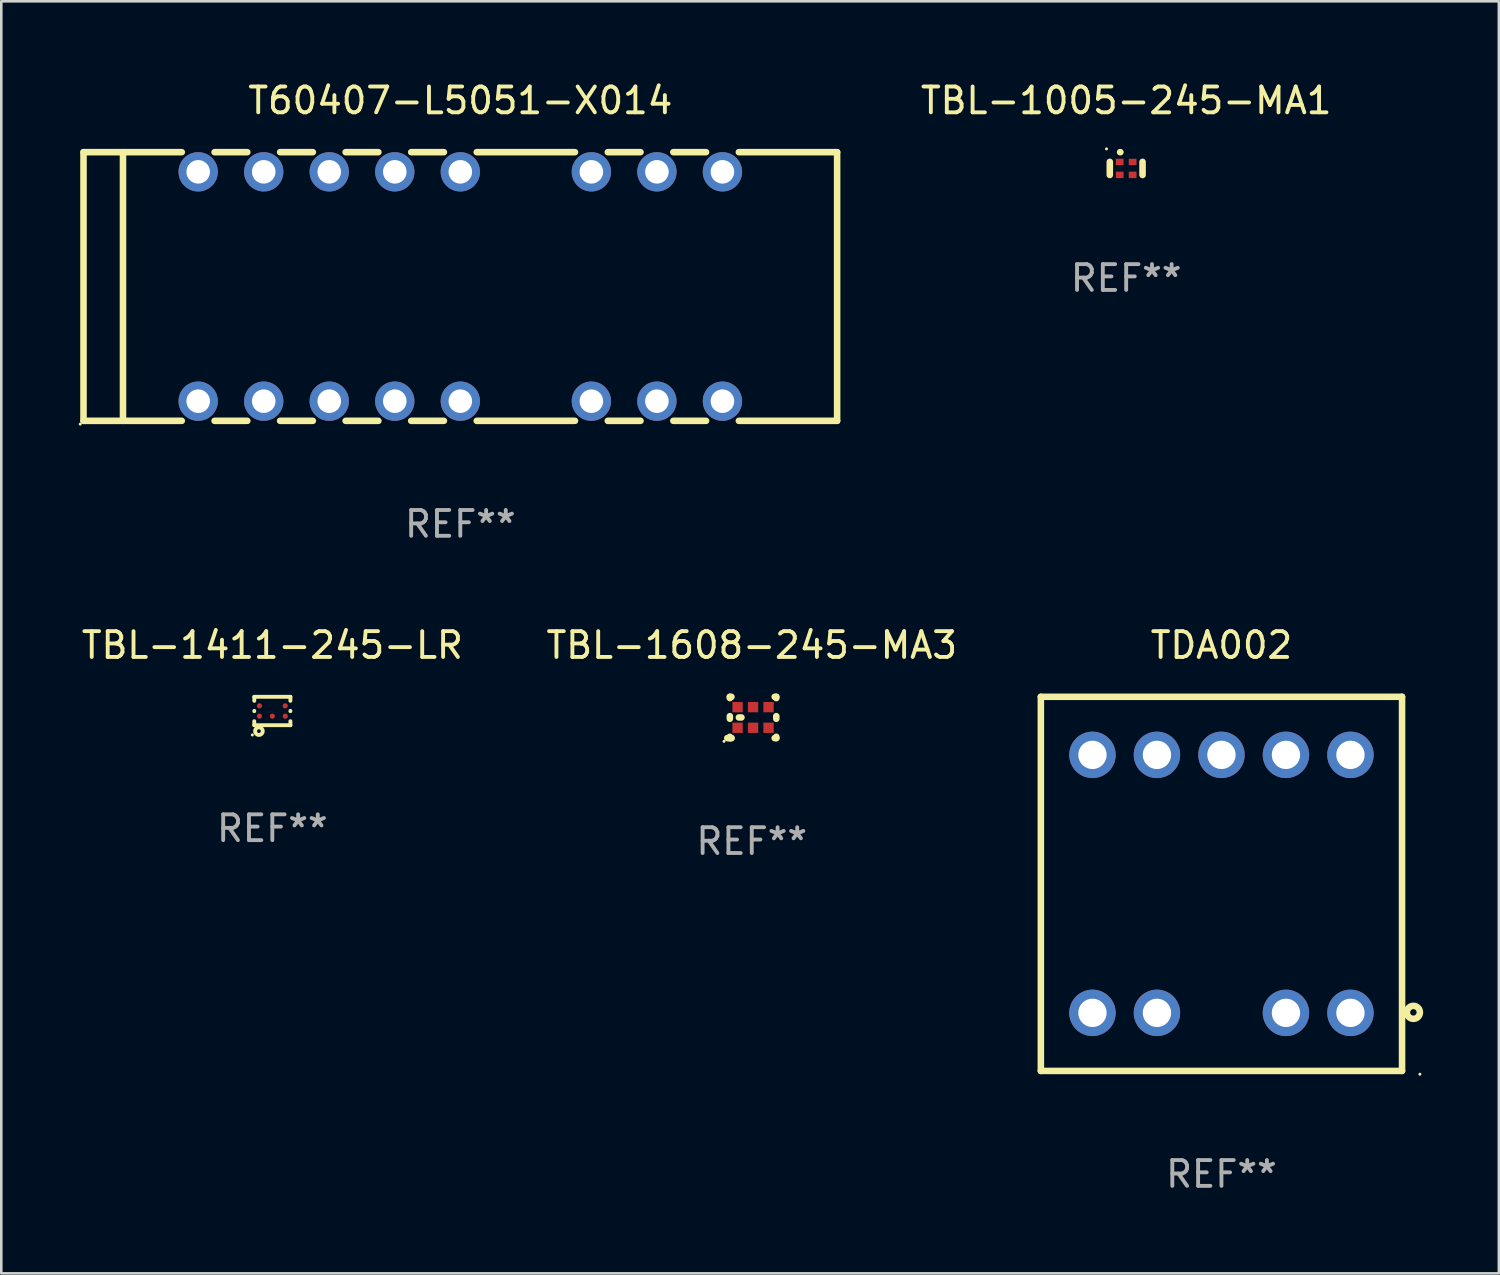
<source format=kicad_pcb>
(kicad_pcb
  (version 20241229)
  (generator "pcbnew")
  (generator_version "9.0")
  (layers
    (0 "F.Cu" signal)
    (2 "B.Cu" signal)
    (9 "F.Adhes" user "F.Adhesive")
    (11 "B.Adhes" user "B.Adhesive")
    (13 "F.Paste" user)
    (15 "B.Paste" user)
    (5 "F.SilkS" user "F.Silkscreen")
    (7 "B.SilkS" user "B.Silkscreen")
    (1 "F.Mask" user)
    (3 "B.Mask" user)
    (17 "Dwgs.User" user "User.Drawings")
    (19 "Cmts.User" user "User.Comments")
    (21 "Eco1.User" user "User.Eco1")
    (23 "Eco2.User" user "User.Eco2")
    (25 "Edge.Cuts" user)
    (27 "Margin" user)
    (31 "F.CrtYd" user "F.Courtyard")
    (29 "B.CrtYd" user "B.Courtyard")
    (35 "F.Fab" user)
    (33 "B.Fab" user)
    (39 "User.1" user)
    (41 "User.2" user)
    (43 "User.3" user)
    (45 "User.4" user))
  (footprint "TBL-1608-245-MA3"
    (layer "F.Cu")
    (at 26.089 24.759)
    (property "Reference" "TBL-1608-245-MA3" (at 0 -2.8 0) (layer "F.SilkS") (effects (font (size 1 1) (thickness 0.15))))
    (attr through_hole)
    (fp_line (start -0.85 -0.8) (end -0.788 -0.8) (stroke (width 0.254) (type solid)) (layer "F.SilkS"))
    (fp_line (start -0.85 -0.75) (end -0.85 -0.8) (stroke (width 0.254) (type solid)) (layer "F.SilkS"))
    (fp_line (start -0.85 -0.05) (end -0.85 0.05) (stroke (width 0.254) (type solid)) (layer "F.SilkS"))
    (fp_line (start -0.85 0.75) (end -0.85 0.8) (stroke (width 0.254) (type solid)) (layer "F.SilkS"))
    (fp_line (start -0.85 0.8) (end -0.788 0.8) (stroke (width 0.254) (type solid)) (layer "F.SilkS"))
    (fp_line (start -0.788 0.8) (end -0.95 0.8) (stroke (width 0.254) (type solid)) (layer "F.SilkS"))
    (fp_line (start -0.5 -0.000025) (end -0.4 -0.000025) (stroke (width 0.254) (type solid)) (layer "F.SilkS"))
    (fp_line (start 0.888 -0.8) (end 0.95 -0.8) (stroke (width 0.254) (type solid)) (layer "F.SilkS"))
    (fp_line (start 0.95 -0.8) (end 0.95 -0.75) (stroke (width 0.254) (type solid)) (layer "F.SilkS"))
    (fp_line (start 0.95 -0.05) (end 0.95 0.05) (stroke (width 0.254) (type solid)) (layer "F.SilkS"))
    (fp_line (start 0.95 0.75) (end 0.95 0.8) (stroke (width 0.254) (type solid)) (layer "F.SilkS"))
    (fp_line (start 0.95 0.8) (end 0.888 0.8) (stroke (width 0.254) (type solid)) (layer "F.SilkS"))
    (fp_circle (center -1.077 0.927) (end -1.047 0.927) (stroke (width 0.06) (type solid)) (fill no) (layer "F.SilkS"))
    (fp_text user "REF**" (at 0 4.8 0) (layer "F.Fab") (effects (font (size 1 1) (thickness 0.15))))
    (pad "1" smd rect (at -0.55 0.4 180) (size 0.4 0.4) (layers "F.Cu" "F.Mask" "F.Paste"))
    (pad "2" smd rect (at 0.05 0.4) (size 0.4 0.4) (layers "F.Cu" "F.Mask" "F.Paste"))
    (pad "3" smd rect (at 0.65 0.4) (size 0.4 0.4) (layers "F.Cu" "F.Mask" "F.Paste"))
    (pad "4" smd rect (at 0.65 -0.4) (size 0.4 0.4) (layers "F.Cu" "F.Mask" "F.Paste"))
    (pad "5" smd rect (at 0.05 -0.4) (size 0.4 0.4) (layers "F.Cu" "F.Mask" "F.Paste"))
    (pad "6" smd rect (at -0.55 -0.4) (size 0.4 0.4) (layers "F.Cu" "F.Mask" "F.Paste")))
  (footprint "TBL-1005-245-MA1"
    (layer "F.Cu")
    (at 40.601 3.29)
    (property "Reference" "TBL-1005-245-MA1" (at 0 -2.442 0) (layer "F.SilkS") (effects (font (size 1 1) (thickness 0.15))))
    (attr through_hole)
    (fp_line (start -0.635 -0.066) (end -0.635 0.442) (stroke (width 0.254) (type solid)) (layer "F.SilkS"))
    (fp_line (start -0.225 -0.442) (end -0.235 -0.442) (stroke (width 0.254) (type solid)) (layer "F.SilkS"))
    (fp_line (start 0.635 -0.066) (end 0.635 0.442) (stroke (width 0.254) (type solid)) (layer "F.SilkS"))
    (fp_circle (center -0.762 -0.569) (end -0.732 -0.569) (stroke (width 0.06) (type solid)) (fill no) (layer "F.SilkS"))
    (fp_text user "REF**" (at 0 4.442 0) (layer "F.Fab") (effects (font (size 1 1) (thickness 0.15))))
    (pad "1" smd rect (at -0.25 -0.062 90) (size 0.25 0.3) (layers "F.Cu" "F.Mask" "F.Paste"))
    (pad "2" smd rect (at 0.25 -0.062 90) (size 0.25 0.3) (layers "F.Cu" "F.Mask" "F.Paste"))
    (pad "3" smd rect (at 0.25 0.438 90) (size 0.25 0.3) (layers "F.Cu" "F.Mask" "F.Paste"))
    (pad "4" smd rect (at -0.25 0.438 90) (size 0.25 0.3) (layers "F.Cu" "F.Mask" "F.Paste")))
  (footprint "TBL-1411-245-LR"
    (layer "F.Cu")
    (at 7.506 24.509)
    (property "Reference" "TBL-1411-245-LR" (at 0 -2.55 0) (layer "F.SilkS") (effects (font (size 1 1) (thickness 0.15))))
    (attr through_hole)
    (fp_line (start -0.7 -0.55) (end 0.7 -0.55) (stroke (width 0.15) (type solid)) (layer "F.SilkS"))
    (fp_line (start -0.7 -0.394) (end -0.7 -0.55) (stroke (width 0.15) (type solid)) (layer "F.SilkS"))
    (fp_line (start -0.7 0.006) (end -0.7 -0.006) (stroke (width 0.15) (type solid)) (layer "F.SilkS"))
    (fp_line (start -0.7 0.55) (end -0.7 0.394) (stroke (width 0.15) (type solid)) (layer "F.SilkS"))
    (fp_line (start -0.7 0.55) (end 0.7 0.55) (stroke (width 0.15) (type solid)) (layer "F.SilkS"))
    (fp_line (start 0.7 -0.55) (end 0.7 -0.394) (stroke (width 0.15) (type solid)) (layer "F.SilkS"))
    (fp_line (start 0.7 -0.006) (end 0.7 0.006) (stroke (width 0.15) (type solid)) (layer "F.SilkS"))
    (fp_line (start 0.7 0.394) (end 0.7 0.55) (stroke (width 0.15) (type solid)) (layer "F.SilkS"))
    (fp_circle (center -0.775 0.928) (end -0.745 0.928) (stroke (width 0.06) (type solid)) (fill no) (layer "F.SilkS"))
    (fp_circle (center -0.52 0.78) (end -0.447 0.78) (stroke (width 0.15) (type solid)) (fill no) (layer "F.SilkS"))
    (fp_text user "REF**" (at 0 4.55 0) (layer "F.Fab") (effects (font (size 1 1) (thickness 0.15))))
    (pad "1" smd circle (at -0.5 0.2) (size 0.2 0.2) (layers "F.Cu" "F.Mask" "F.Paste"))
    (pad "2" smd circle (at 0 0.2) (size 0.2 0.2) (layers "F.Cu" "F.Mask" "F.Paste"))
    (pad "3" smd circle (at 0.5 0.2) (size 0.2 0.2) (layers "F.Cu" "F.Mask" "F.Paste"))
    (pad "4" smd circle (at 0.5 -0.2) (size 0.2 0.2) (layers "F.Cu" "F.Mask" "F.Paste"))
    (pad "5" smd circle (at -0.5 -0.2) (size 0.2 0.2) (layers "F.Cu" "F.Mask" "F.Paste")))
  (footprint "T60407-L5051-X014"
    (layer "F.Cu")
    (at 14.792 8.055)
    (property "Reference" "T60407-L5051-X014" (at 0 -7.207 0) (layer "F.SilkS") (effects (font (size 1 1) (thickness 0.15))))
    (attr through_hole)
    (fp_line (start -14.605 -5.207) (end -14.605 5.207) (stroke (width 0.254) (type solid)) (layer "F.SilkS"))
    (fp_line (start -14.605 5.207) (end -10.796 5.207) (stroke (width 0.254) (type solid)) (layer "F.SilkS"))
    (fp_line (start -13.075 -5.207) (end -13.075 5.207) (stroke (width 0.254) (type solid)) (layer "F.SilkS"))
    (fp_line (start -10.796 -5.207) (end -14.605 -5.207) (stroke (width 0.254) (type solid)) (layer "F.SilkS"))
    (fp_line (start -9.525 5.207) (end -8.256 5.207) (stroke (width 0.254) (type solid)) (layer "F.SilkS"))
    (fp_line (start -8.256 -5.207) (end -9.525 -5.207) (stroke (width 0.254) (type solid)) (layer "F.SilkS"))
    (fp_line (start -6.985 5.207) (end -5.716 5.207) (stroke (width 0.254) (type solid)) (layer "F.SilkS"))
    (fp_line (start -5.716 -5.207) (end -6.985 -5.207) (stroke (width 0.254) (type solid)) (layer "F.SilkS"))
    (fp_line (start -4.445 5.207) (end -3.176 5.207) (stroke (width 0.254) (type solid)) (layer "F.SilkS"))
    (fp_line (start -3.176 -5.207) (end -4.445 -5.207) (stroke (width 0.254) (type solid)) (layer "F.SilkS"))
    (fp_line (start -1.904 5.207) (end -0.636 5.207) (stroke (width 0.254) (type solid)) (layer "F.SilkS"))
    (fp_line (start -0.636 -5.207) (end -1.904 -5.207) (stroke (width 0.254) (type solid)) (layer "F.SilkS"))
    (fp_line (start 0.636 5.207) (end 4.445 5.207) (stroke (width 0.254) (type solid)) (layer "F.SilkS"))
    (fp_line (start 4.445 -5.207) (end 0.636 -5.207) (stroke (width 0.254) (type solid)) (layer "F.SilkS"))
    (fp_line (start 5.716 5.207) (end 6.985 5.207) (stroke (width 0.254) (type solid)) (layer "F.SilkS"))
    (fp_line (start 6.985 -5.207) (end 5.716 -5.207) (stroke (width 0.254) (type solid)) (layer "F.SilkS"))
    (fp_line (start 8.256 5.207) (end 9.525 5.207) (stroke (width 0.254) (type solid)) (layer "F.SilkS"))
    (fp_line (start 9.525 -5.207) (end 8.256 -5.207) (stroke (width 0.254) (type solid)) (layer "F.SilkS"))
    (fp_line (start 10.796 5.207) (end 14.605 5.207) (stroke (width 0.254) (type solid)) (layer "F.SilkS"))
    (fp_line (start 14.605 -5.207) (end 10.796 -5.207) (stroke (width 0.254) (type solid)) (layer "F.SilkS"))
    (fp_line (start 14.605 5.207) (end 14.605 -5.207) (stroke (width 0.254) (type solid)) (layer "F.SilkS"))
    (fp_circle (center -14.732 5.334) (end -14.702 5.334) (stroke (width 0.06) (type solid)) (fill no) (layer "F.SilkS"))
    (fp_text user "REF**" (at 0 9.207 0) (layer "F.Fab") (effects (font (size 1 1) (thickness 0.15))))
    (pad "1" thru_hole circle (at -10.16 4.445) (size 1.524 1.524) (drill 0.914) (layers "*.Cu" "*.Mask"))
    (pad "2" thru_hole circle (at -7.62 4.445) (size 1.524 1.524) (drill 0.914) (layers "*.Cu" "*.Mask"))
    (pad "3" thru_hole circle (at -5.08 4.445) (size 1.524 1.524) (drill 0.914) (layers "*.Cu" "*.Mask"))
    (pad "4" thru_hole circle (at -2.54 4.445) (size 1.524 1.524) (drill 0.914) (layers "*.Cu" "*.Mask"))
    (pad "5" thru_hole circle (at 0 4.445) (size 1.524 1.524) (drill 0.914) (layers "*.Cu" "*.Mask"))
    (pad "7" thru_hole circle (at 5.08 4.445) (size 1.524 1.524) (drill 0.914) (layers "*.Cu" "*.Mask"))
    (pad "8" thru_hole circle (at 7.62 4.445) (size 1.524 1.524) (drill 0.914) (layers "*.Cu" "*.Mask"))
    (pad "9" thru_hole circle (at 10.16 4.445) (size 1.524 1.524) (drill 0.914) (layers "*.Cu" "*.Mask"))
    (pad "10" thru_hole circle (at 10.16 -4.445) (size 1.524 1.524) (drill 0.914) (layers "*.Cu" "*.Mask"))
    (pad "11" thru_hole circle (at 7.62 -4.445) (size 1.524 1.524) (drill 0.914) (layers "*.Cu" "*.Mask"))
    (pad "12" thru_hole circle (at 5.08 -4.445) (size 1.524 1.524) (drill 0.914) (layers "*.Cu" "*.Mask"))
    (pad "14" thru_hole circle (at 0 -4.445) (size 1.524 1.524) (drill 0.914) (layers "*.Cu" "*.Mask"))
    (pad "15" thru_hole circle (at -2.54 -4.445) (size 1.524 1.524) (drill 0.914) (layers "*.Cu" "*.Mask"))
    (pad "16" thru_hole circle (at -5.08 -4.445) (size 1.524 1.524) (drill 0.914) (layers "*.Cu" "*.Mask"))
    (pad "17" thru_hole circle (at -7.62 -4.445) (size 1.524 1.524) (drill 0.914) (layers "*.Cu" "*.Mask"))
    (pad "18" thru_hole circle (at -10.16 -4.445) (size 1.524 1.524) (drill 0.914) (layers "*.Cu" "*.Mask")))
  (footprint "TDA002"
    (layer "F.Cu")
    (at 44.294 31.209)
    (property "Reference" "TDA002" (at 0 -9.25 0) (layer "F.SilkS") (effects (font (size 1 1) (thickness 0.15))))
    (attr through_hole)
    (fp_line (start -7 -7.25) (end -7 7.25) (stroke (width 0.254) (type solid)) (layer "F.SilkS"))
    (fp_line (start -7 -7.25) (end 7 -7.25) (stroke (width 0.254) (type solid)) (layer "F.SilkS"))
    (fp_line (start -7 7.25) (end 7 7.25) (stroke (width 0.254) (type solid)) (layer "F.SilkS"))
    (fp_line (start 7 -7.25) (end 7 7.25) (stroke (width 0.254) (type solid)) (layer "F.SilkS"))
    (fp_circle (center 7.44 4.98) (end 7.565 4.98) (stroke (width 0.254) (type solid)) (fill no) (layer "F.SilkS"))
    (fp_circle (center 7.692 7.377) (end 7.722 7.377) (stroke (width 0.06) (type solid)) (fill no) (layer "F.SilkS"))
    (fp_text user "REF**" (at 0 11.25 0) (layer "F.Fab") (effects (font (size 1 1) (thickness 0.15))))
    (pad "1" thru_hole circle (at 5 5) (size 1.8 1.8) (drill 1.1) (layers "*.Cu" "*.Mask"))
    (pad "2" thru_hole circle (at 2.5 5) (size 1.8 1.8) (drill 1.1) (layers "*.Cu" "*.Mask"))
    (pad "4" thru_hole circle (at -2.5 5) (size 1.8 1.8) (drill 1.1) (layers "*.Cu" "*.Mask"))
    (pad "5" thru_hole circle (at -5 5) (size 1.8 1.8) (drill 1.1) (layers "*.Cu" "*.Mask"))
    (pad "6" thru_hole circle (at -5 -5) (size 1.8 1.8) (drill 1.1) (layers "*.Cu" "*.Mask"))
    (pad "7" thru_hole circle (at -2.5 -5) (size 1.8 1.8) (drill 1.1) (layers "*.Cu" "*.Mask"))
    (pad "8" thru_hole circle (at 0 -5) (size 1.8 1.8) (drill 1.1) (layers "*.Cu" "*.Mask"))
    (pad "9" thru_hole circle (at 2.5 -5) (size 1.8 1.8) (drill 1.1) (layers "*.Cu" "*.Mask"))
    (pad "10" thru_hole circle (at 5 -5) (size 1.8 1.8) (drill 1.1) (layers "*.Cu" "*.Mask")))
  (gr_rect
    (start -3 -3)
    (end 55.046 46.307)
    (stroke (width 0.1) (type default))
    (fill no)
    (layer "Edge.Cuts")))
</source>
